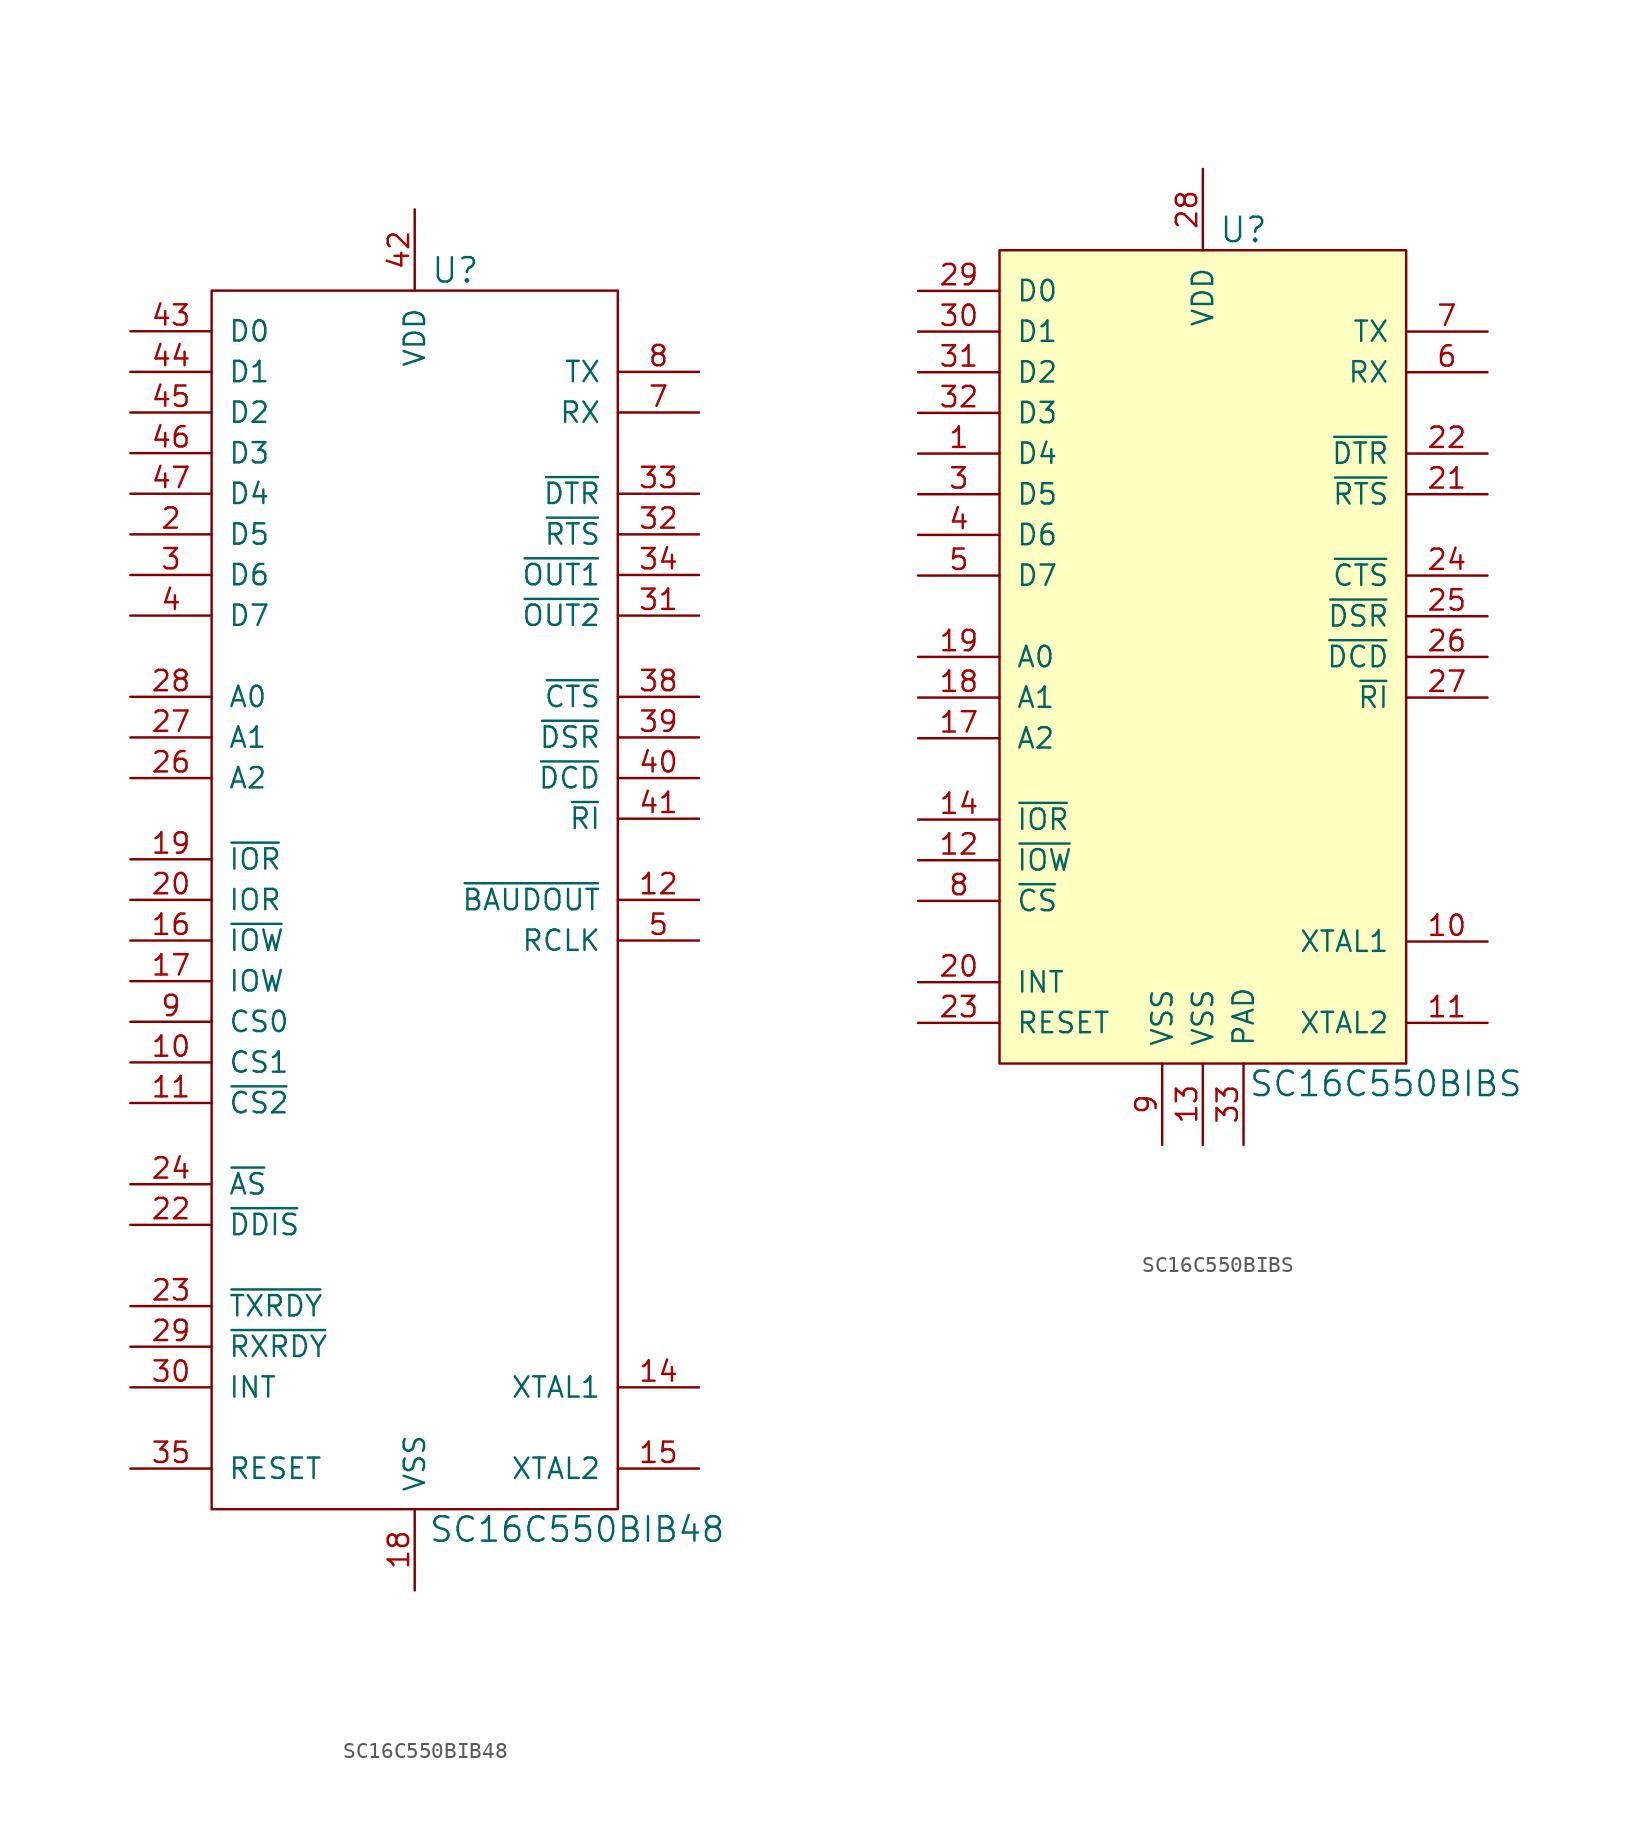
<source format=kicad_sym>
(kicad_symbol_lib
  (version 20241209)
  (generator "kicad_symbol_editor")
  (generator_version "9.0")
  (symbol "SC16C550BIB48"
    (pin_names
      (offset 1.016))
    (property "Reference" "U"
      (at 2.54 41.91 0)
      (effects (font (size 1.524 1.524))))
    (property "Value" "SC16C550BIB48"
      (at 10.16 -36.83 0)
      (effects (font (size 1.524 1.524))))
    (property "Footprint" ""
      (at 0 0 0)
      (effects (font (size 1.524 1.524))))
    (property "Datasheet" ""
      (at 0 0 0)
      (effects (font (size 1.524 1.524))))
    (symbol "SC16C550BIB48_0_1"
      (rectangle (start -12.7 40.64) (end 12.7 -35.56) (stroke (width 0) (type default)) (fill (type none))))
    (symbol "SC16C550BIB48_1_1"
      (pin tri_state line (at -17.78 38.1 0) (length 5.08) (name "D0" (effects (font (size 1.27 1.27)))) (number "43" (effects (font (size 1.27 1.27)))))
      (pin tri_state line (at -17.78 35.56 0) (length 5.08) (name "D1" (effects (font (size 1.27 1.27)))) (number "44" (effects (font (size 1.27 1.27)))))
      (pin tri_state line (at -17.78 33.02 0) (length 5.08) (name "D2" (effects (font (size 1.27 1.27)))) (number "45" (effects (font (size 1.27 1.27)))))
      (pin tri_state line (at -17.78 30.48 0) (length 5.08) (name "D3" (effects (font (size 1.27 1.27)))) (number "46" (effects (font (size 1.27 1.27)))))
      (pin tri_state line (at -17.78 27.94 0) (length 5.08) (name "D4" (effects (font (size 1.27 1.27)))) (number "47" (effects (font (size 1.27 1.27)))))
      (pin tri_state line (at -17.78 25.4 0) (length 5.08) (name "D5" (effects (font (size 1.27 1.27)))) (number "2" (effects (font (size 1.27 1.27)))))
      (pin tri_state line (at -17.78 22.86 0) (length 5.08) (name "D6" (effects (font (size 1.27 1.27)))) (number "3" (effects (font (size 1.27 1.27)))))
      (pin tri_state line (at -17.78 20.32 0) (length 5.08) (name "D7" (effects (font (size 1.27 1.27)))) (number "4" (effects (font (size 1.27 1.27)))))
      (pin input line (at -17.78 15.24 0) (length 5.08) (name "A0" (effects (font (size 1.27 1.27)))) (number "28" (effects (font (size 1.27 1.27)))))
      (pin input line (at -17.78 12.7 0) (length 5.08) (name "A1" (effects (font (size 1.27 1.27)))) (number "27" (effects (font (size 1.27 1.27)))))
      (pin input line (at -17.78 10.16 0) (length 5.08) (name "A2" (effects (font (size 1.27 1.27)))) (number "26" (effects (font (size 1.27 1.27)))))
      (pin input line (at -17.78 5.08 0) (length 5.08) (name "~{IOR}" (effects (font (size 1.27 1.27)))) (number "19" (effects (font (size 1.27 1.27)))))
      (pin input line (at -17.78 2.54 0) (length 5.08) (name "IOR" (effects (font (size 1.27 1.27)))) (number "20" (effects (font (size 1.27 1.27)))))
      (pin input line (at -17.78 0 0) (length 5.08) (name "~{IOW}" (effects (font (size 1.27 1.27)))) (number "16" (effects (font (size 1.27 1.27)))))
      (pin input line (at -17.78 -2.54 0) (length 5.08) (name "IOW" (effects (font (size 1.27 1.27)))) (number "17" (effects (font (size 1.27 1.27)))))
      (pin input line (at -17.78 -5.08 0) (length 5.08) (name "CS0" (effects (font (size 1.27 1.27)))) (number "9" (effects (font (size 1.27 1.27)))))
      (pin input line (at -17.78 -7.62 0) (length 5.08) (name "CS1" (effects (font (size 1.27 1.27)))) (number "10" (effects (font (size 1.27 1.27)))))
      (pin input line (at -17.78 -10.16 0) (length 5.08) (name "~{CS2}" (effects (font (size 1.27 1.27)))) (number "11" (effects (font (size 1.27 1.27)))))
      (pin input line (at -17.78 -15.24 0) (length 5.08) (name "~{AS}" (effects (font (size 1.27 1.27)))) (number "24" (effects (font (size 1.27 1.27)))))
      (pin input line (at -17.78 -17.78 0) (length 5.08) (name "~{DDIS}" (effects (font (size 1.27 1.27)))) (number "22" (effects (font (size 1.27 1.27)))))
      (pin output line (at -17.78 -22.86 0) (length 5.08) (name "~{TXRDY}" (effects (font (size 1.27 1.27)))) (number "23" (effects (font (size 1.27 1.27)))))
      (pin output line (at -17.78 -25.4 0) (length 5.08) (name "~{RXRDY}" (effects (font (size 1.27 1.27)))) (number "29" (effects (font (size 1.27 1.27)))))
      (pin output line (at -17.78 -27.94 0) (length 5.08) (name "INT" (effects (font (size 1.27 1.27)))) (number "30" (effects (font (size 1.27 1.27)))))
      (pin input line (at -17.78 -33.02 0) (length 5.08) (name "RESET" (effects (font (size 1.27 1.27)))) (number "35" (effects (font (size 1.27 1.27)))))
      (pin power_in line (at 0 45.72 270) (length 5.08) (name "VDD" (effects (font (size 1.27 1.27)))) (number "42" (effects (font (size 1.27 1.27)))))
      (pin power_in line (at 0 -40.64 90) (length 5.08) (name "VSS" (effects (font (size 1.27 1.27)))) (number "18" (effects (font (size 1.27 1.27)))))
      (pin output line (at 17.78 35.56 180) (length 5.08) (name "TX" (effects (font (size 1.27 1.27)))) (number "8" (effects (font (size 1.27 1.27)))))
      (pin input line (at 17.78 33.02 180) (length 5.08) (name "RX" (effects (font (size 1.27 1.27)))) (number "7" (effects (font (size 1.27 1.27)))))
      (pin output line (at 17.78 27.94 180) (length 5.08) (name "~{DTR}" (effects (font (size 1.27 1.27)))) (number "33" (effects (font (size 1.27 1.27)))))
      (pin output line (at 17.78 25.4 180) (length 5.08) (name "~{RTS}" (effects (font (size 1.27 1.27)))) (number "32" (effects (font (size 1.27 1.27)))))
      (pin output line (at 17.78 22.86 180) (length 5.08) (name "~{OUT1}" (effects (font (size 1.27 1.27)))) (number "34" (effects (font (size 1.27 1.27)))))
      (pin output line (at 17.78 20.32 180) (length 5.08) (name "~{OUT2}" (effects (font (size 1.27 1.27)))) (number "31" (effects (font (size 1.27 1.27)))))
      (pin input line (at 17.78 15.24 180) (length 5.08) (name "~{CTS}" (effects (font (size 1.27 1.27)))) (number "38" (effects (font (size 1.27 1.27)))))
      (pin input line (at 17.78 12.7 180) (length 5.08) (name "~{DSR}" (effects (font (size 1.27 1.27)))) (number "39" (effects (font (size 1.27 1.27)))))
      (pin input line (at 17.78 10.16 180) (length 5.08) (name "~{DCD}" (effects (font (size 1.27 1.27)))) (number "40" (effects (font (size 1.27 1.27)))))
      (pin input line (at 17.78 7.62 180) (length 5.08) (name "~{RI}" (effects (font (size 1.27 1.27)))) (number "41" (effects (font (size 1.27 1.27)))))
      (pin output line (at 17.78 2.54 180) (length 5.08) (name "~{BAUDOUT}" (effects (font (size 1.27 1.27)))) (number "12" (effects (font (size 1.27 1.27)))))
      (pin input line (at 17.78 0 180) (length 5.08) (name "RCLK" (effects (font (size 1.27 1.27)))) (number "5" (effects (font (size 1.27 1.27)))))
      (pin no_connect line (at 17.78 -5.08 180) (length 5.08) (hide yes) (name "NC" (effects (font (size 1.27 1.27)))) (number "1" (effects (font (size 1.27 1.27)))))
      (pin no_connect line (at 17.78 -7.62 180) (length 5.08) (hide yes) (name "NC" (effects (font (size 1.27 1.27)))) (number "6" (effects (font (size 1.27 1.27)))))
      (pin no_connect line (at 17.78 -10.16 180) (length 5.08) (hide yes) (name "NC" (effects (font (size 1.27 1.27)))) (number "13" (effects (font (size 1.27 1.27)))))
      (pin no_connect line (at 17.78 -12.7 180) (length 5.08) (hide yes) (name "NC" (effects (font (size 1.27 1.27)))) (number "21" (effects (font (size 1.27 1.27)))))
      (pin no_connect line (at 17.78 -15.24 180) (length 5.08) (hide yes) (name "NC" (effects (font (size 1.27 1.27)))) (number "25" (effects (font (size 1.27 1.27)))))
      (pin no_connect line (at 17.78 -17.78 180) (length 5.08) (hide yes) (name "NC" (effects (font (size 1.27 1.27)))) (number "36" (effects (font (size 1.27 1.27)))))
      (pin no_connect line (at 17.78 -20.32 180) (length 5.08) (hide yes) (name "NC" (effects (font (size 1.27 1.27)))) (number "37" (effects (font (size 1.27 1.27)))))
      (pin no_connect line (at 17.78 -22.86 180) (length 5.08) (hide yes) (name "NC" (effects (font (size 1.27 1.27)))) (number "48" (effects (font (size 1.27 1.27)))))
      (pin input line (at 17.78 -27.94 180) (length 5.08) (name "XTAL1" (effects (font (size 1.27 1.27)))) (number "14" (effects (font (size 1.27 1.27)))))
      (pin output line (at 17.78 -33.02 180) (length 5.08) (name "XTAL2" (effects (font (size 1.27 1.27)))) (number "15" (effects (font (size 1.27 1.27)))))))
  (symbol "SC16C550BIBS"
    (pin_names
      (offset 1.016))
    (property "Reference" "U"
      (at 2.54 26.67 0)
      (effects (font (size 1.524 1.524))))
    (property "Value" "SC16C550BIBS"
      (at 11.43 -26.67 0)
      (effects (font (size 1.524 1.524))))
    (symbol "SC16C550BIBS_1_1"
      (rectangle (start -12.7 25.4) (end 12.7 -25.4) (stroke (width 0) (type default)) (fill (type background)))
      (pin tri_state line (at -17.78 22.86 0) (length 5.08) (name "D0" (effects (font (size 1.27 1.27)))) (number "29" (effects (font (size 1.27 1.27)))))
      (pin tri_state line (at -17.78 20.32 0) (length 5.08) (name "D1" (effects (font (size 1.27 1.27)))) (number "30" (effects (font (size 1.27 1.27)))))
      (pin tri_state line (at -17.78 17.78 0) (length 5.08) (name "D2" (effects (font (size 1.27 1.27)))) (number "31" (effects (font (size 1.27 1.27)))))
      (pin tri_state line (at -17.78 15.24 0) (length 5.08) (name "D3" (effects (font (size 1.27 1.27)))) (number "32" (effects (font (size 1.27 1.27)))))
      (pin tri_state line (at -17.78 12.7 0) (length 5.08) (name "D4" (effects (font (size 1.27 1.27)))) (number "1" (effects (font (size 1.27 1.27)))))
      (pin tri_state line (at -17.78 10.16 0) (length 5.08) (name "D5" (effects (font (size 1.27 1.27)))) (number "3" (effects (font (size 1.27 1.27)))))
      (pin tri_state line (at -17.78 7.62 0) (length 5.08) (name "D6" (effects (font (size 1.27 1.27)))) (number "4" (effects (font (size 1.27 1.27)))))
      (pin tri_state line (at -17.78 5.08 0) (length 5.08) (name "D7" (effects (font (size 1.27 1.27)))) (number "5" (effects (font (size 1.27 1.27)))))
      (pin input line (at -17.78 0 0) (length 5.08) (name "A0" (effects (font (size 1.27 1.27)))) (number "19" (effects (font (size 1.27 1.27)))))
      (pin input line (at -17.78 -2.54 0) (length 5.08) (name "A1" (effects (font (size 1.27 1.27)))) (number "18" (effects (font (size 1.27 1.27)))))
      (pin input line (at -17.78 -5.08 0) (length 5.08) (name "A2" (effects (font (size 1.27 1.27)))) (number "17" (effects (font (size 1.27 1.27)))))
      (pin input line (at -17.78 -10.16 0) (length 5.08) (name "~{IOR}" (effects (font (size 1.27 1.27)))) (number "14" (effects (font (size 1.27 1.27)))))
      (pin input line (at -17.78 -12.7 0) (length 5.08) (name "~{IOW}" (effects (font (size 1.27 1.27)))) (number "12" (effects (font (size 1.27 1.27)))))
      (pin input line (at -17.78 -15.24 0) (length 5.08) (name "~{CS}" (effects (font (size 1.27 1.27)))) (number "8" (effects (font (size 1.27 1.27)))))
      (pin output line (at -17.78 -20.32 0) (length 5.08) (name "INT" (effects (font (size 1.27 1.27)))) (number "20" (effects (font (size 1.27 1.27)))))
      (pin input line (at -17.78 -22.86 0) (length 5.08) (name "RESET" (effects (font (size 1.27 1.27)))) (number "23" (effects (font (size 1.27 1.27)))))
      (pin power_in line (at -2.54 -30.48 90) (length 5.08) (name "VSS" (effects (font (size 1.27 1.27)))) (number "9" (effects (font (size 1.27 1.27)))))
      (pin power_in line (at 0 30.48 270) (length 5.08) (name "VDD" (effects (font (size 1.27 1.27)))) (number "28" (effects (font (size 1.27 1.27)))))
      (pin power_in line (at 0 -30.48 90) (length 5.08) (name "VSS" (effects (font (size 1.27 1.27)))) (number "13" (effects (font (size 1.27 1.27)))))
      (pin power_in line (at 2.54 -30.48 90) (length 5.08) (name "PAD" (effects (font (size 1.27 1.27)))) (number "33" (effects (font (size 1.27 1.27)))))
      (pin output line (at 17.78 20.32 180) (length 5.08) (name "TX" (effects (font (size 1.27 1.27)))) (number "7" (effects (font (size 1.27 1.27)))))
      (pin input line (at 17.78 17.78 180) (length 5.08) (name "RX" (effects (font (size 1.27 1.27)))) (number "6" (effects (font (size 1.27 1.27)))))
      (pin output line (at 17.78 12.7 180) (length 5.08) (name "~{DTR}" (effects (font (size 1.27 1.27)))) (number "22" (effects (font (size 1.27 1.27)))))
      (pin output line (at 17.78 10.16 180) (length 5.08) (name "~{RTS}" (effects (font (size 1.27 1.27)))) (number "21" (effects (font (size 1.27 1.27)))))
      (pin input line (at 17.78 5.08 180) (length 5.08) (name "~{CTS}" (effects (font (size 1.27 1.27)))) (number "24" (effects (font (size 1.27 1.27)))))
      (pin input line (at 17.78 2.54 180) (length 5.08) (name "~{DSR}" (effects (font (size 1.27 1.27)))) (number "25" (effects (font (size 1.27 1.27)))))
      (pin input line (at 17.78 0 180) (length 5.08) (name "~{DCD}" (effects (font (size 1.27 1.27)))) (number "26" (effects (font (size 1.27 1.27)))))
      (pin input line (at 17.78 -2.54 180) (length 5.08) (name "~{RI}" (effects (font (size 1.27 1.27)))) (number "27" (effects (font (size 1.27 1.27)))))
      (pin no_connect line (at 17.78 -7.62 180) (length 5.08) (hide yes) (name "NC" (effects (font (size 1.27 1.27)))) (number "2" (effects (font (size 1.27 1.27)))))
      (pin no_connect line (at 17.78 -10.16 180) (length 5.08) (hide yes) (name "NC" (effects (font (size 1.27 1.27)))) (number "15" (effects (font (size 1.27 1.27)))))
      (pin no_connect line (at 17.78 -12.7 180) (length 5.08) (hide yes) (name "NC" (effects (font (size 1.27 1.27)))) (number "16" (effects (font (size 1.27 1.27)))))
      (pin input line (at 17.78 -17.78 180) (length 5.08) (name "XTAL1" (effects (font (size 1.27 1.27)))) (number "10" (effects (font (size 1.27 1.27)))))
      (pin output line (at 17.78 -22.86 180) (length 5.08) (name "XTAL2" (effects (font (size 1.27 1.27)))) (number "11" (effects (font (size 1.27 1.27))))))))
</source>
